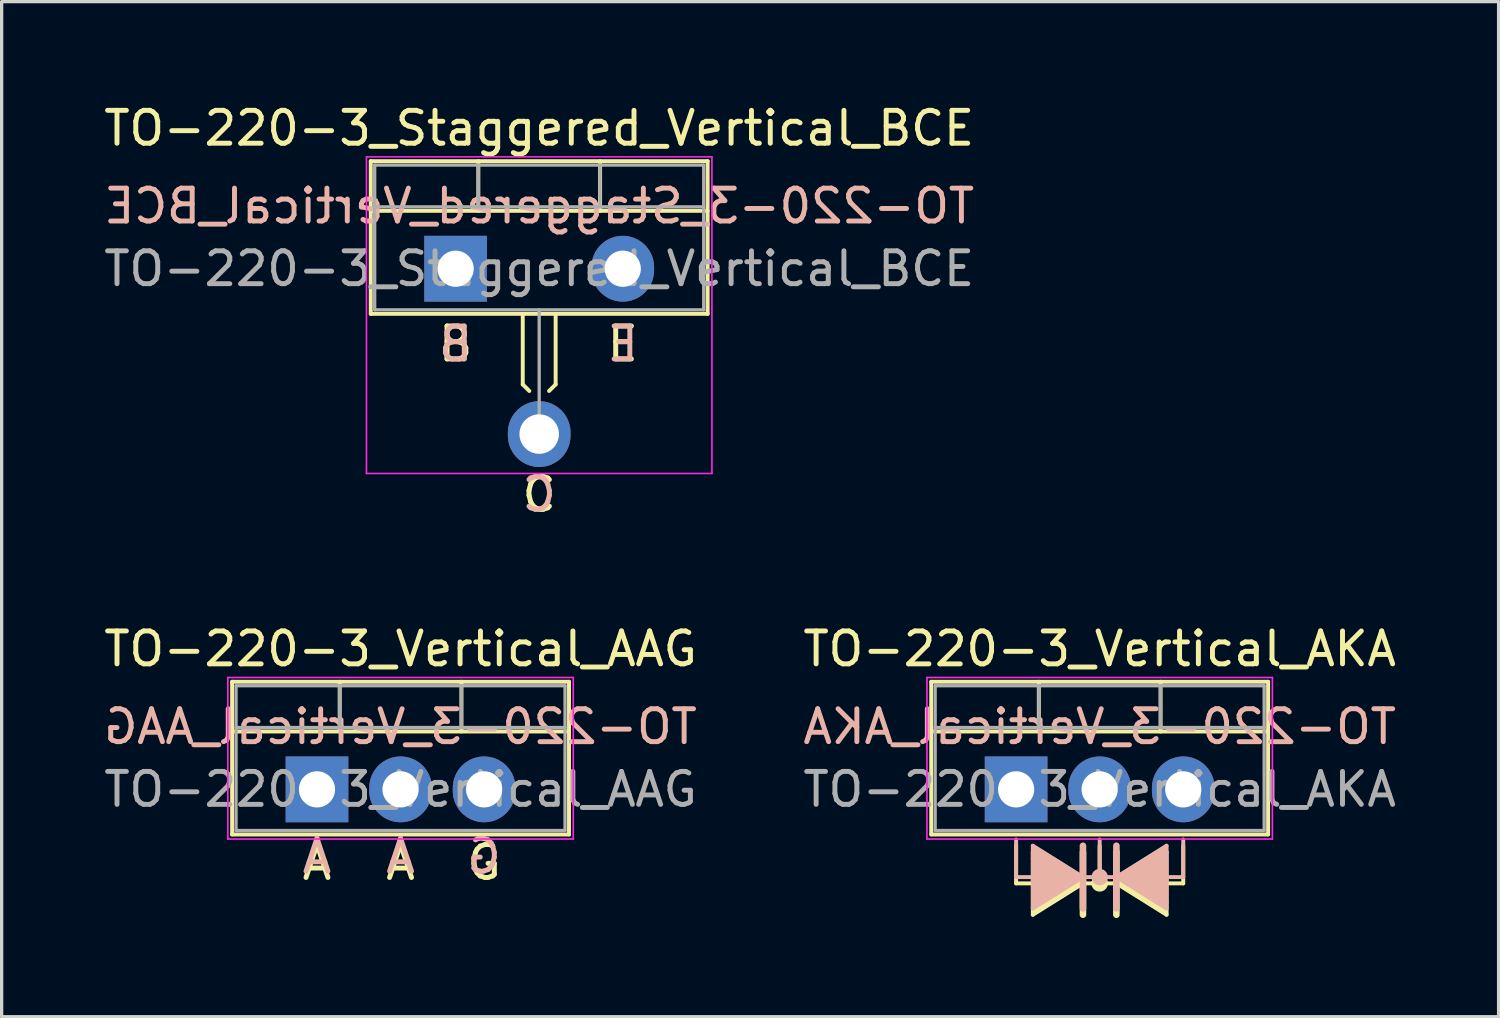
<source format=kicad_pcb>
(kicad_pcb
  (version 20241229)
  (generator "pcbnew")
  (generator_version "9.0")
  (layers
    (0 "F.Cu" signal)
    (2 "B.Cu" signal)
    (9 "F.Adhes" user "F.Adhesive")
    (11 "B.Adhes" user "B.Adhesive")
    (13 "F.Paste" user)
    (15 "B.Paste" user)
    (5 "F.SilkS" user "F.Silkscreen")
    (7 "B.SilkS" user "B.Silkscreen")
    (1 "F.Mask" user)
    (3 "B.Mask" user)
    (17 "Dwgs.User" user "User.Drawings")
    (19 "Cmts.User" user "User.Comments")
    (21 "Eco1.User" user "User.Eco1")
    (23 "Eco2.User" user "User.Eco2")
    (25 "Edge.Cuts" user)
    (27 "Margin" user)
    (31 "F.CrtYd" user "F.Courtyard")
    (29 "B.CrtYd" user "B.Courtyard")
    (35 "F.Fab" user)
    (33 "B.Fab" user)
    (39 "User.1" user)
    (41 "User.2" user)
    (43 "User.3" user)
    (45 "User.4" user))
  (footprint "TO-220-3_Vertical_AAG"
    (layer "F.Cu")
    (at 6.585 20.943)
    (property "Reference" "TO-220-3_Vertical_AAG" (at 2.54 -4.27 0) (layer "F.SilkS") (effects (font (size 1 1) (thickness 0.15))))
    (fp_line (start -2.58 -3.27) (end -2.58 1.371) (stroke (width 0.12) (type solid)) (layer "F.SilkS"))
    (fp_line (start -2.58 -3.27) (end 7.66 -3.27) (stroke (width 0.12) (type solid)) (layer "F.SilkS"))
    (fp_line (start -2.58 -1.76) (end 7.66 -1.76) (stroke (width 0.12) (type solid)) (layer "F.SilkS"))
    (fp_line (start -2.58 1.371) (end 7.66 1.371) (stroke (width 0.12) (type solid)) (layer "F.SilkS"))
    (fp_line (start 0.69 -3.27) (end 0.69 -1.76) (stroke (width 0.12) (type solid)) (layer "F.SilkS"))
    (fp_line (start 4.391 -3.27) (end 4.391 -1.76) (stroke (width 0.12) (type solid)) (layer "F.SilkS"))
    (fp_line (start 7.66 -3.27) (end 7.66 1.371) (stroke (width 0.12) (type solid)) (layer "F.SilkS"))
    (fp_line (start -2.71 -3.4) (end -2.71 1.51) (stroke (width 0.05) (type solid)) (layer "F.CrtYd"))
    (fp_line (start -2.71 1.51) (end 7.79 1.51) (stroke (width 0.05) (type solid)) (layer "F.CrtYd"))
    (fp_line (start 7.79 -3.4) (end -2.71 -3.4) (stroke (width 0.05) (type solid)) (layer "F.CrtYd"))
    (fp_line (start 7.79 1.51) (end 7.79 -3.4) (stroke (width 0.05) (type solid)) (layer "F.CrtYd"))
    (fp_line (start -2.46 -3.15) (end -2.46 1.25) (stroke (width 0.1) (type solid)) (layer "F.Fab"))
    (fp_line (start -2.46 -1.88) (end 7.54 -1.88) (stroke (width 0.1) (type solid)) (layer "F.Fab"))
    (fp_line (start -2.46 1.25) (end 7.54 1.25) (stroke (width 0.1) (type solid)) (layer "F.Fab"))
    (fp_line (start 0.69 -3.15) (end 0.69 -1.88) (stroke (width 0.1) (type solid)) (layer "F.Fab"))
    (fp_line (start 4.39 -3.15) (end 4.39 -1.88) (stroke (width 0.1) (type solid)) (layer "F.Fab"))
    (fp_line (start 7.54 -3.15) (end -2.46 -3.15) (stroke (width 0.1) (type solid)) (layer "F.Fab"))
    (fp_line (start 7.54 1.25) (end 7.54 -3.15) (stroke (width 0.1) (type solid)) (layer "F.Fab"))
    (fp_text user "A" (at 2.54 2.223 0) (unlocked yes) (layer "F.SilkS") (effects (font (size 1 1) (thickness 0.15))))
    (fp_text user "A" (at 0 2.223 0) (unlocked yes) (layer "F.SilkS") (effects (font (size 1 1) (thickness 0.15))))
    (fp_text user "G" (at 5.08 2.223 0) (unlocked yes) (layer "F.SilkS") (effects (font (size 1 1) (thickness 0.15))))
    (fp_text user "G" (at 5.08 2.032 0) (unlocked yes) (layer "B.SilkS") (effects (font (size 1 1) (thickness 0.15)) (justify mirror)))
    (fp_text user "${REFERENCE}" (at 2.54 -1.905 0) (layer "B.SilkS") (effects (font (size 1 1) (thickness 0.15)) (justify mirror)))
    (fp_text user "A" (at 2.54 2.032 0) (unlocked yes) (layer "B.SilkS") (effects (font (size 1 1) (thickness 0.15)) (justify mirror)))
    (fp_text user "A" (at 0 2.032 0) (unlocked yes) (layer "B.SilkS") (effects (font (size 1 1) (thickness 0.15)) (justify mirror)))
    (fp_text user "${REFERENCE}" (at 2.54 0 0) (layer "F.Fab") (effects (font (size 1 1) (thickness 0.15))))
    (pad "1" thru_hole rect (at 0 0) (size 1.905 2) (drill 1.1) (layers "*.Cu" "*.Mask"))
    (pad "2" thru_hole oval (at 2.54 0) (size 1.905 2) (drill 1.1) (layers "*.Cu" "*.Mask"))
    (pad "3" thru_hole oval (at 5.08 0) (size 1.905 2) (drill 1.1) (layers "*.Cu" "*.Mask")))
  (footprint "TO-220-3_Vertical_AKA"
    (layer "F.Cu")
    (at 27.835 20.943)
    (property "Reference" "TO-220-3_Vertical_AKA" (at 2.54 -4.27 0) (layer "F.SilkS") (effects (font (size 1 1) (thickness 0.15))))
    (fp_line (start -2.58 -3.27) (end -2.58 1.371) (stroke (width 0.12) (type solid)) (layer "F.SilkS"))
    (fp_line (start -2.58 -3.27) (end 7.66 -3.27) (stroke (width 0.12) (type solid)) (layer "F.SilkS"))
    (fp_line (start -2.58 -1.76) (end 7.66 -1.76) (stroke (width 0.12) (type solid)) (layer "F.SilkS"))
    (fp_line (start -2.58 1.371) (end 7.66 1.371) (stroke (width 0.12) (type solid)) (layer "F.SilkS"))
    (fp_line (start 0 1.714) (end 0 2.857) (stroke (width 0.12) (type solid)) (layer "F.SilkS"))
    (fp_line (start 0 2.857) (end 0.508 2.857) (stroke (width 0.12) (type solid)) (layer "F.SilkS"))
    (fp_line (start 0.508 2.095) (end 0.508 1.905) (stroke (width 0.12) (type solid)) (layer "F.SilkS"))
    (fp_line (start 0.508 2.095) (end 0.508 3.619) (stroke (width 0.12) (type solid)) (layer "F.SilkS"))
    (fp_line (start 0.508 3.619) (end 0.508 3.81) (stroke (width 0.12) (type solid)) (layer "F.SilkS"))
    (fp_line (start 0.69 -3.27) (end 0.69 -1.76) (stroke (width 0.12) (type solid)) (layer "F.SilkS"))
    (fp_line (start 2.032 2.857) (end 0.508 1.905) (stroke (width 0.12) (type solid)) (layer "F.SilkS"))
    (fp_line (start 2.032 2.857) (end 0.508 3.81) (stroke (width 0.12) (type solid)) (layer "F.SilkS"))
    (fp_line (start 2.032 3.81) (end 2.032 1.905) (stroke (width 0.2) (type solid)) (layer "F.SilkS"))
    (fp_line (start 2.54 1.714) (end 2.54 2.857) (stroke (width 0.12) (type solid)) (layer "F.SilkS"))
    (fp_line (start 2.54 2.857) (end 2.032 2.857) (stroke (width 0.12) (type solid)) (layer "F.SilkS"))
    (fp_line (start 2.54 2.857) (end 3.048 2.857) (stroke (width 0.12) (type solid)) (layer "F.SilkS"))
    (fp_line (start 3.048 1.905) (end 3.048 3.81) (stroke (width 0.2) (type solid)) (layer "F.SilkS"))
    (fp_line (start 3.048 2.857) (end 4.572 3.81) (stroke (width 0.12) (type solid)) (layer "F.SilkS"))
    (fp_line (start 4.391 -3.27) (end 4.391 -1.76) (stroke (width 0.12) (type solid)) (layer "F.SilkS"))
    (fp_line (start 4.572 1.905) (end 3.048 2.857) (stroke (width 0.12) (type solid)) (layer "F.SilkS"))
    (fp_line (start 4.572 3.81) (end 4.572 1.905) (stroke (width 0.12) (type solid)) (layer "F.SilkS"))
    (fp_line (start 5.08 1.714) (end 5.08 2.857) (stroke (width 0.12) (type solid)) (layer "F.SilkS"))
    (fp_line (start 5.08 2.857) (end 4.572 2.857) (stroke (width 0.12) (type solid)) (layer "F.SilkS"))
    (fp_line (start 7.66 -3.27) (end 7.66 1.371) (stroke (width 0.12) (type solid)) (layer "F.SilkS"))
    (fp_circle (center 2.54 2.857) (end 2.54 2.921) (stroke (width 0.12) (type solid)) (fill no) (layer "F.SilkS"))
    (fp_circle (center 2.54 2.857) (end 2.54 2.985) (stroke (width 0.12) (type solid)) (fill no) (layer "F.SilkS"))
    (fp_circle (center 2.54 2.857) (end 2.54 3.048) (stroke (width 0.12) (type solid)) (fill no) (layer "F.SilkS"))
    (fp_poly (pts (xy 2.032 2.857) (xy 0.508 3.81) (xy 0.508 1.905)) (stroke (width 0.1) (type solid)) (fill yes) (layer "F.SilkS"))
    (fp_poly (pts (xy 4.572 3.81) (xy 3.048 2.857) (xy 4.572 1.905)) (stroke (width 0.1) (type solid)) (fill yes) (layer "F.SilkS"))
    (fp_line (start 0 1.524) (end 0 2.667) (stroke (width 0.12) (type solid)) (layer "B.SilkS"))
    (fp_line (start 0 2.667) (end 0.508 2.667) (stroke (width 0.12) (type solid)) (layer "B.SilkS"))
    (fp_line (start 0.508 1.714) (end 2.032 2.667) (stroke (width 0.12) (type solid)) (layer "B.SilkS"))
    (fp_line (start 0.508 3.619) (end 0.508 1.714) (stroke (width 0.12) (type solid)) (layer "B.SilkS"))
    (fp_line (start 2.032 1.714) (end 2.032 3.619) (stroke (width 0.2) (type solid)) (layer "B.SilkS"))
    (fp_line (start 2.032 2.667) (end 0.508 3.619) (stroke (width 0.12) (type solid)) (layer "B.SilkS"))
    (fp_line (start 2.54 1.524) (end 2.54 2.667) (stroke (width 0.12) (type solid)) (layer "B.SilkS"))
    (fp_line (start 2.54 2.667) (end 2.032 2.667) (stroke (width 0.12) (type solid)) (layer "B.SilkS"))
    (fp_line (start 2.54 2.667) (end 3.048 2.667) (stroke (width 0.12) (type solid)) (layer "B.SilkS"))
    (fp_line (start 3.048 2.667) (end 4.572 1.714) (stroke (width 0.12) (type solid)) (layer "B.SilkS"))
    (fp_line (start 3.048 2.667) (end 4.572 3.619) (stroke (width 0.12) (type solid)) (layer "B.SilkS"))
    (fp_line (start 3.048 3.619) (end 3.048 1.714) (stroke (width 0.2) (type solid)) (layer "B.SilkS"))
    (fp_line (start 4.572 1.905) (end 4.572 1.714) (stroke (width 0.12) (type solid)) (layer "B.SilkS"))
    (fp_line (start 4.572 1.905) (end 4.572 3.429) (stroke (width 0.12) (type solid)) (layer "B.SilkS"))
    (fp_line (start 4.572 3.429) (end 4.572 3.619) (stroke (width 0.12) (type solid)) (layer "B.SilkS"))
    (fp_line (start 5.08 1.524) (end 5.08 2.667) (stroke (width 0.12) (type solid)) (layer "B.SilkS"))
    (fp_line (start 5.08 2.667) (end 4.572 2.667) (stroke (width 0.12) (type solid)) (layer "B.SilkS"))
    (fp_circle (center 2.54 2.667) (end 2.54 2.731) (stroke (width 0.12) (type solid)) (fill no) (layer "B.SilkS"))
    (fp_circle (center 2.54 2.667) (end 2.54 2.794) (stroke (width 0.12) (type solid)) (fill no) (layer "B.SilkS"))
    (fp_circle (center 2.54 2.667) (end 2.54 2.857) (stroke (width 0.12) (type solid)) (fill no) (layer "B.SilkS"))
    (fp_poly (pts (xy 0.508 3.619) (xy 2.032 2.667) (xy 0.508 1.714)) (stroke (width 0.1) (type solid)) (fill yes) (layer "B.SilkS"))
    (fp_poly (pts (xy 3.048 2.667) (xy 4.572 3.619) (xy 4.572 1.714)) (stroke (width 0.1) (type solid)) (fill yes) (layer "B.SilkS"))
    (fp_line (start -2.71 -3.4) (end -2.71 1.51) (stroke (width 0.05) (type solid)) (layer "F.CrtYd"))
    (fp_line (start -2.71 1.51) (end 7.79 1.51) (stroke (width 0.05) (type solid)) (layer "F.CrtYd"))
    (fp_line (start 7.79 -3.4) (end -2.71 -3.4) (stroke (width 0.05) (type solid)) (layer "F.CrtYd"))
    (fp_line (start 7.79 1.51) (end 7.79 -3.4) (stroke (width 0.05) (type solid)) (layer "F.CrtYd"))
    (fp_line (start -2.46 -3.15) (end -2.46 1.25) (stroke (width 0.1) (type solid)) (layer "F.Fab"))
    (fp_line (start -2.46 -1.88) (end 7.54 -1.88) (stroke (width 0.1) (type solid)) (layer "F.Fab"))
    (fp_line (start -2.46 1.25) (end 7.54 1.25) (stroke (width 0.1) (type solid)) (layer "F.Fab"))
    (fp_line (start 0.69 -3.15) (end 0.69 -1.88) (stroke (width 0.1) (type solid)) (layer "F.Fab"))
    (fp_line (start 4.39 -3.15) (end 4.39 -1.88) (stroke (width 0.1) (type solid)) (layer "F.Fab"))
    (fp_line (start 7.54 -3.15) (end -2.46 -3.15) (stroke (width 0.1) (type solid)) (layer "F.Fab"))
    (fp_line (start 7.54 1.25) (end 7.54 -3.15) (stroke (width 0.1) (type solid)) (layer "F.Fab"))
    (fp_text user "${REFERENCE}" (at 2.54 -1.905 0) (layer "B.SilkS") (effects (font (size 1 1) (thickness 0.15)) (justify mirror)))
    (fp_text user "${REFERENCE}" (at 2.54 0 0) (layer "F.Fab") (effects (font (size 1 1) (thickness 0.15))))
    (pad "1" thru_hole rect (at 0 0) (size 1.905 2) (drill 1.1) (layers "*.Cu" "*.Mask"))
    (pad "2" thru_hole oval (at 2.54 0) (size 1.905 2) (drill 1.1) (layers "*.Cu" "*.Mask"))
    (pad "3" thru_hole oval (at 5.08 0) (size 1.905 2) (drill 1.1) (layers "*.Cu" "*.Mask")))
  (footprint "TO-220-3_Staggered_Vertical_BCE"
    (layer "F.Cu")
    (at 10.799 5.118)
    (property "Reference" "TO-220-3_Staggered_Vertical_BCE" (at 2.54 -4.27 0) (layer "F.SilkS") (effects (font (size 1 1) (thickness 0.15))))
    (fp_line (start -2.58 -3.27) (end -2.58 1.371) (stroke (width 0.12) (type solid)) (layer "F.SilkS"))
    (fp_line (start -2.58 -3.27) (end 7.66 -3.27) (stroke (width 0.12) (type solid)) (layer "F.SilkS"))
    (fp_line (start -2.58 -1.76) (end 7.66 -1.76) (stroke (width 0.12) (type solid)) (layer "F.SilkS"))
    (fp_line (start -2.58 1.371) (end 3.048 1.371) (stroke (width 0.12) (type solid)) (layer "F.SilkS"))
    (fp_line (start 0.69 -3.27) (end 0.69 -1.76) (stroke (width 0.12) (type solid)) (layer "F.SilkS"))
    (fp_line (start 2.04 1.417) (end 2.04 3.517) (stroke (width 0.12) (type solid)) (layer "F.SilkS"))
    (fp_line (start 2.04 3.517) (end 2.24 3.716) (stroke (width 0.12) (type solid)) (layer "F.SilkS"))
    (fp_line (start 3.04 1.417) (end 3.04 3.517) (stroke (width 0.12) (type solid)) (layer "F.SilkS"))
    (fp_line (start 3.04 3.517) (end 2.84 3.716) (stroke (width 0.12) (type solid)) (layer "F.SilkS"))
    (fp_line (start 4.391 -3.27) (end 4.391 -1.76) (stroke (width 0.12) (type solid)) (layer "F.SilkS"))
    (fp_line (start 7.66 -3.27) (end 7.66 1.371) (stroke (width 0.12) (type solid)) (layer "F.SilkS"))
    (fp_line (start 7.66 1.371) (end 3.048 1.371) (stroke (width 0.12) (type solid)) (layer "F.SilkS"))
    (fp_line (start -2.71 -3.4) (end -2.71 6.223) (stroke (width 0.05) (type solid)) (layer "F.CrtYd"))
    (fp_line (start -2.71 6.223) (end 7.79 6.223) (stroke (width 0.05) (type solid)) (layer "F.CrtYd"))
    (fp_line (start 7.79 -3.4) (end -2.71 -3.4) (stroke (width 0.05) (type solid)) (layer "F.CrtYd"))
    (fp_line (start 7.79 6.223) (end 7.79 -3.4) (stroke (width 0.05) (type solid)) (layer "F.CrtYd"))
    (fp_line (start -2.46 -3.15) (end -2.46 1.25) (stroke (width 0.1) (type solid)) (layer "F.Fab"))
    (fp_line (start -2.46 -1.88) (end 7.54 -1.88) (stroke (width 0.1) (type solid)) (layer "F.Fab"))
    (fp_line (start -2.46 1.25) (end 7.54 1.25) (stroke (width 0.1) (type solid)) (layer "F.Fab"))
    (fp_line (start 0.69 -3.15) (end 0.69 -1.88) (stroke (width 0.1) (type solid)) (layer "F.Fab"))
    (fp_line (start 2.54 5.08) (end 2.54 1.25) (stroke (width 0.1) (type solid)) (layer "F.Fab"))
    (fp_line (start 4.39 -3.15) (end 4.39 -1.88) (stroke (width 0.1) (type solid)) (layer "F.Fab"))
    (fp_line (start 7.54 -3.15) (end -2.46 -3.15) (stroke (width 0.1) (type solid)) (layer "F.Fab"))
    (fp_line (start 7.54 1.25) (end 7.54 -3.15) (stroke (width 0.1) (type solid)) (layer "F.Fab"))
    (fp_text user "B" (at 0 2.286 0) (unlocked yes) (layer "F.SilkS") (effects (font (size 1 1) (thickness 0.15))))
    (fp_text user "E" (at 5.08 2.286 0) (unlocked yes) (layer "F.SilkS") (effects (font (size 1 1) (thickness 0.15))))
    (fp_text user "C" (at 2.54 6.858 0) (unlocked yes) (layer "F.SilkS") (effects (font (size 1 1) (thickness 0.15))))
    (fp_text user "${REFERENCE}" (at 2.54 -1.905 0) (layer "B.SilkS") (effects (font (size 1 1) (thickness 0.15)) (justify mirror)))
    (fp_text user "B" (at 0 2.286 0) (unlocked yes) (layer "B.SilkS") (effects (font (size 1 1) (thickness 0.15)) (justify mirror)))
    (fp_text user "C" (at 2.54 6.858 0) (unlocked yes) (layer "B.SilkS") (effects (font (size 1 1) (thickness 0.15)) (justify mirror)))
    (fp_text user "E" (at 5.08 2.286 0) (unlocked yes) (layer "B.SilkS") (effects (font (size 1 1) (thickness 0.15)) (justify mirror)))
    (fp_text user "${REFERENCE}" (at 2.54 0 0) (layer "F.Fab") (effects (font (size 1 1) (thickness 0.15))))
    (pad "1" thru_hole rect (at 0 0) (size 1.905 2) (drill 1.1) (layers "*.Cu" "*.Mask"))
    (pad "2" thru_hole oval (at 2.54 5.026) (size 1.905 2) (drill 1.2) (layers "*.Cu" "*.Mask"))
    (pad "3" thru_hole oval (at 5.08 0) (size 1.905 2) (drill 1.1) (layers "*.Cu" "*.Mask")))
  (gr_rect
    (start -3 -3)
    (end 42.5 27.853)
    (stroke (width 0.1) (type default))
    (fill no)
    (layer "Edge.Cuts")))
</source>
